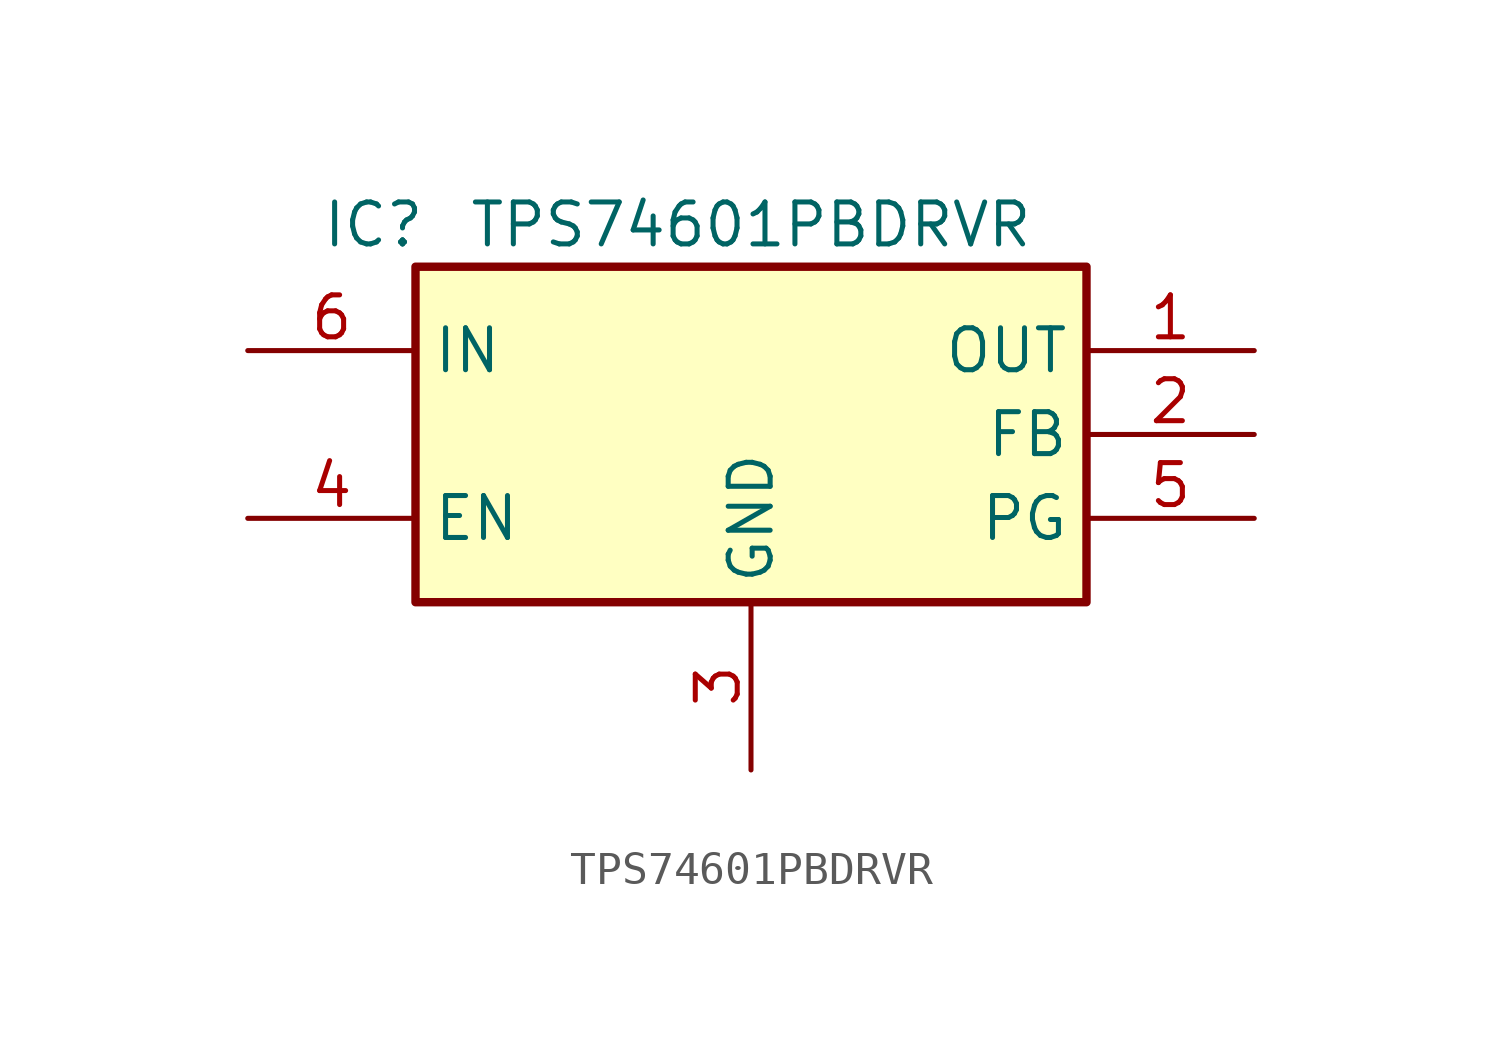
<source format=kicad_sym>
(kicad_symbol_lib
  (version 20211014)
  (generator kicad_symbol_editor)
  (symbol "TPS74601PBDRVR"
    (property "Reference" "IC"
      (at 3.81 3.81 0)
      (effects (font (size 1.27 1.27))))
    (property "Value" "TPS74601PBDRVR"
      (at 15.24 3.81 0)
      (effects (font (size 1.27 1.27))))
    (symbol "TPS74601PBDRVR_1_1"
      (rectangle (start 5.08 2.54) (end 25.4 -7.62) (stroke (width 0.254) (type default) (color 0 0 0 0)) (fill (type background)))
      (pin passive line (at 30.48 0 180) (length 5.08) (name "OUT" (effects (font (size 1.27 1.27)))) (number "1" (effects (font (size 1.27 1.27)))))
      (pin passive line (at 30.48 -2.54 180) (length 5.08) (name "FB" (effects (font (size 1.27 1.27)))) (number "2" (effects (font (size 1.27 1.27)))))
      (pin power_in line (at 15.24 -12.7 90) (length 5.08) (name "GND" (effects (font (size 1.27 1.27)))) (number "3" (effects (font (size 1.27 1.27)))))
      (pin passive line (at 0 -5.08 0) (length 5.08) (name "EN" (effects (font (size 1.27 1.27)))) (number "4" (effects (font (size 1.27 1.27)))))
      (pin passive line (at 30.48 -5.08 180) (length 5.08) (name "PG" (effects (font (size 1.27 1.27)))) (number "5" (effects (font (size 1.27 1.27)))))
      (pin passive line (at 0 0 0) (length 5.08) (name "IN" (effects (font (size 1.27 1.27)))) (number "6" (effects (font (size 1.27 1.27)))))
      (pin passive line (at 15.24 -12.7 90) (length 5.08) hide (name "GND" (effects (font (size 1.27 1.27)))) (number "7" (effects (font (size 1.27 1.27))))))))
</source>
